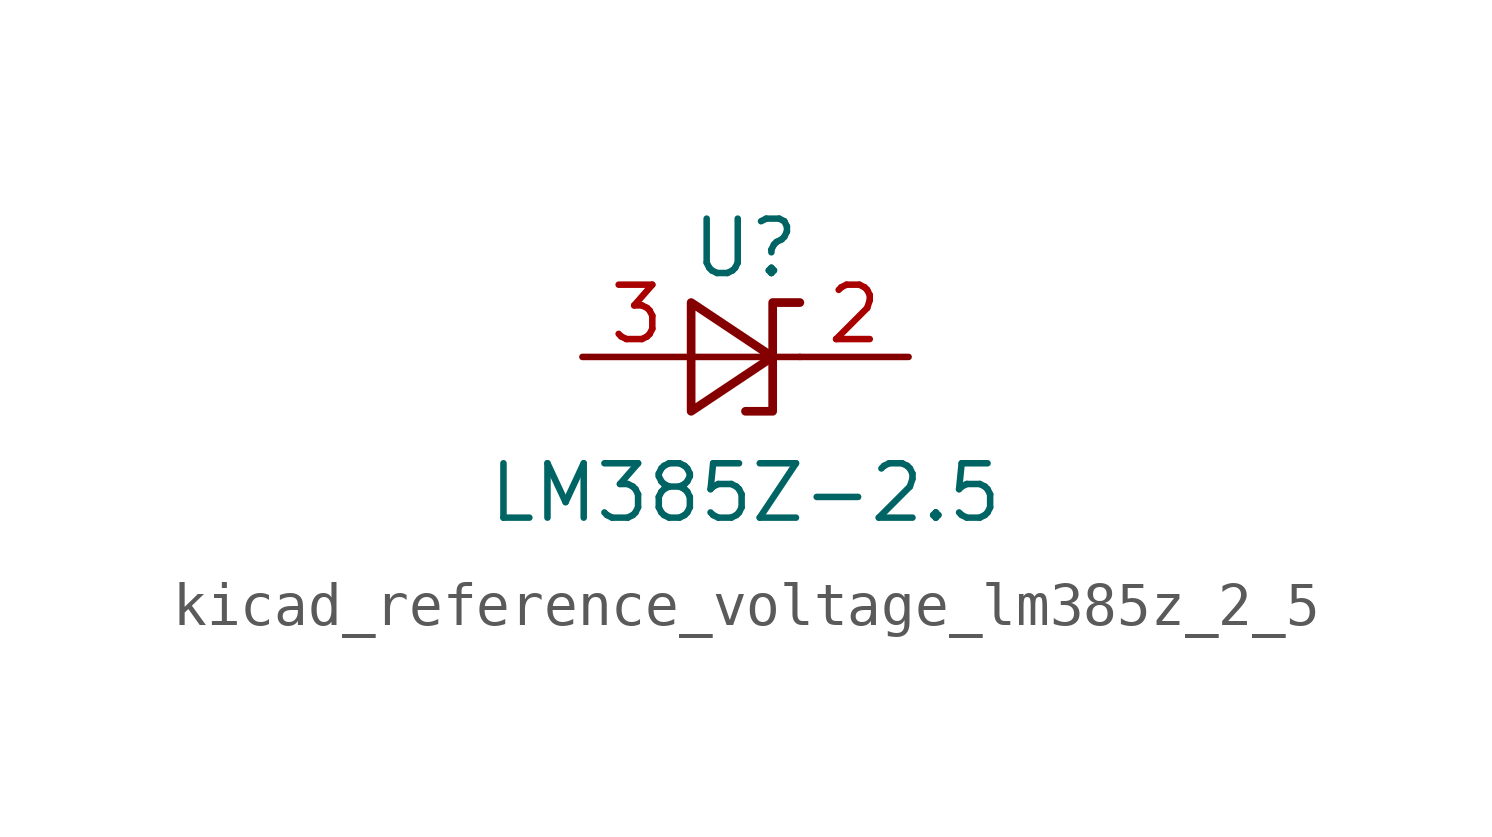
<source format=kicad_sym>
(kicad_symbol_lib
  (version 20220914)
  (generator kicad_symbol_editor)
  (symbol "kicad_reference_voltage_lm385z_2_5"
    (pin_names
      (offset 0.025) hide)
    (property "Reference" "U"
      (at 0 2.54 0)
      (effects (font (size 1.27 1.27))))
    (property "Value" "LM385Z-2.5"
      (at 0 -3.175 0)
      (effects (font (size 1.27 1.27))))
    (symbol "kicad_reference_voltage_lm385z_2_5_0_1"
      (polyline (pts (xy -1.27 0) (xy 0 0) (xy 1.27 0)) (stroke (width 0) (type default)) (fill (type none)))
      (polyline (pts (xy -1.27 -1.27) (xy 0.635 0) (xy -1.27 1.27) (xy -1.27 -1.27)) (stroke (width 0.203) (type default)) (fill (type none)))
      (polyline (pts (xy 0 -1.27) (xy 0.635 -1.27) (xy 0.635 1.27) (xy 1.27 1.27)) (stroke (width 0.203) (type default)) (fill (type none))))
    (symbol "kicad_reference_voltage_lm385z_2_5_1_1"
      (pin passive line (at 3.81 0 180) (length 2.54) (name "K" (effects (font (size 1.27 1.27)))) (number "2" (effects (font (size 1.27 1.27)))))
      (pin passive line (at -3.81 0 0) (length 2.54) (name "A" (effects (font (size 1.27 1.27)))) (number "3" (effects (font (size 1.27 1.27))))))))
</source>
